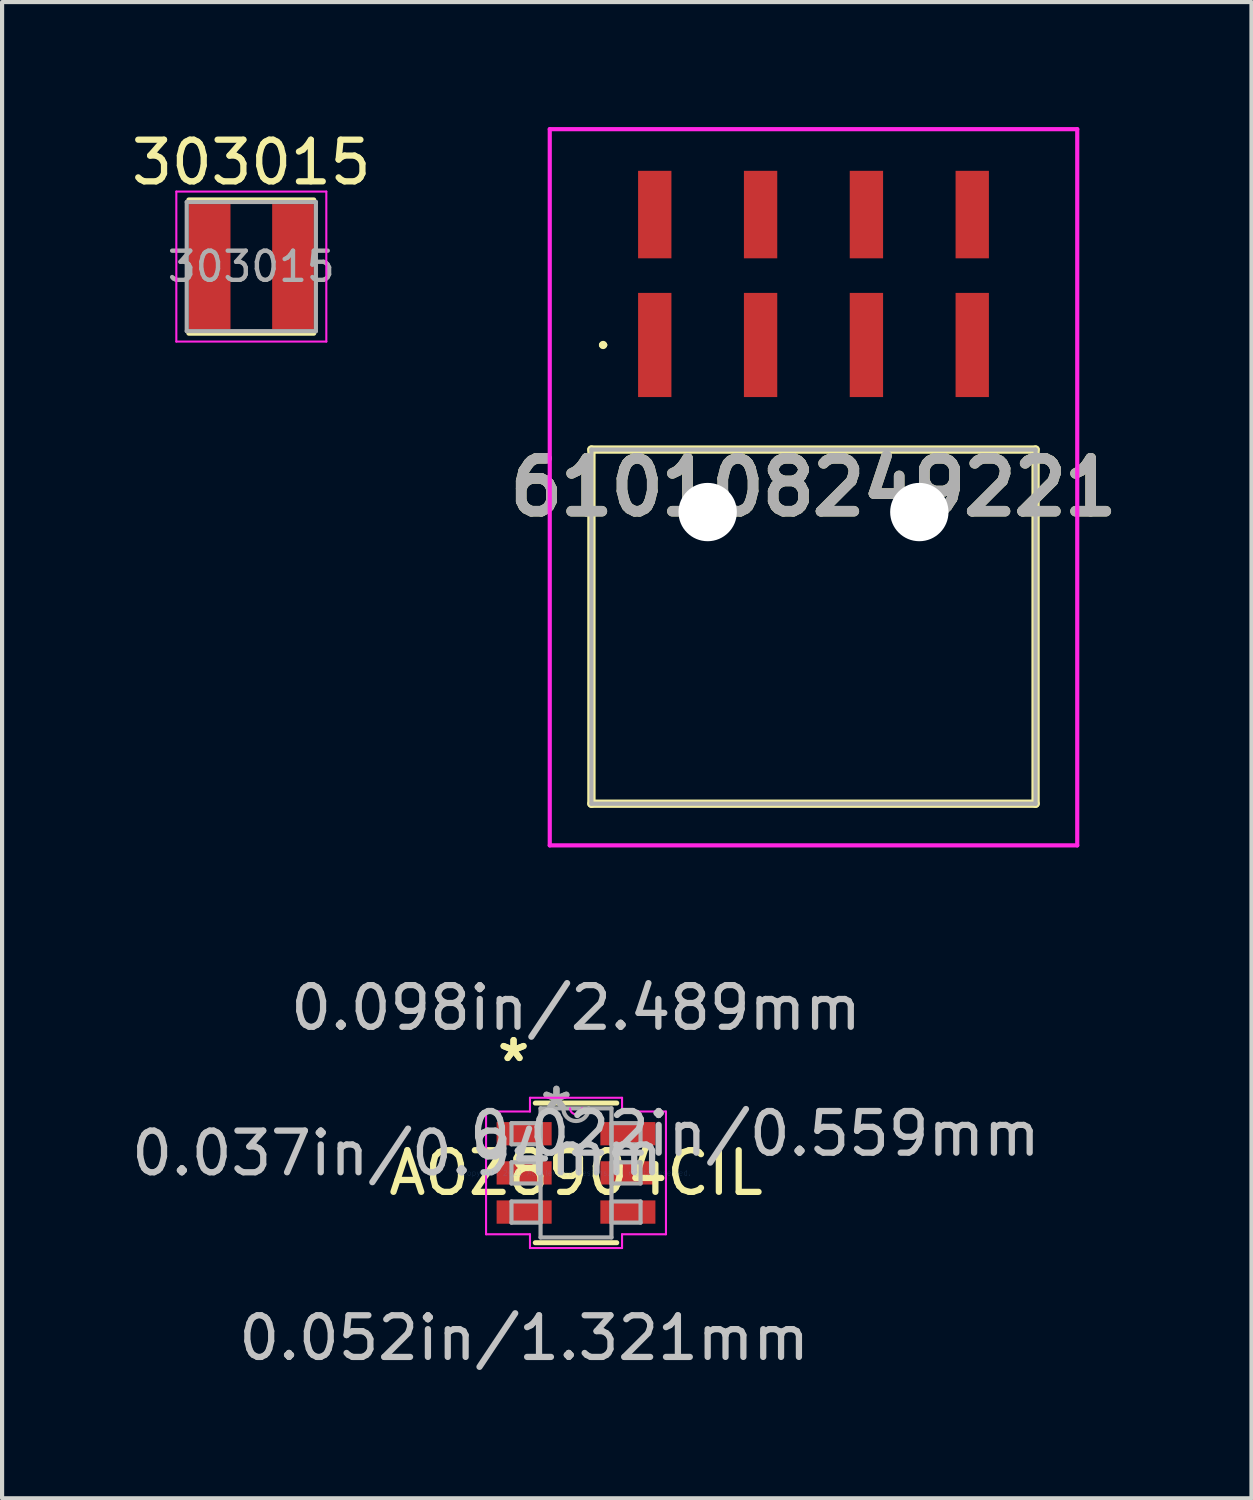
<source format=kicad_pcb>
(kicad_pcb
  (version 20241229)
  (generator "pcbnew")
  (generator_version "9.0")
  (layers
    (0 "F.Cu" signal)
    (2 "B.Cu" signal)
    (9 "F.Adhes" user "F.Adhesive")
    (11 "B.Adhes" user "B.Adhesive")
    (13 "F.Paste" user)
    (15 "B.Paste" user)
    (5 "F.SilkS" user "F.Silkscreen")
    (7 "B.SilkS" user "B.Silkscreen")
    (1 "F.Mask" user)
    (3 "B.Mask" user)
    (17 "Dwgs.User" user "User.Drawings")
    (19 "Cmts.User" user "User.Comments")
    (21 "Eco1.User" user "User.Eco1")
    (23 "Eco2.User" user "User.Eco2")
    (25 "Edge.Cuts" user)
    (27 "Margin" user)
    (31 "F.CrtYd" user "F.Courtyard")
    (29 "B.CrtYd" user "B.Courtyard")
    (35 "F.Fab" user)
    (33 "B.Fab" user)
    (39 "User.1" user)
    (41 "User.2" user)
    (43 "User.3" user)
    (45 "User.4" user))
  (footprint "303015"
    (layer "F.Cu")
    (at 2.982 3.348)
    (property "Reference" "303015" (at 0 -2.5 0) (layer "F.SilkS") (effects (font (size 1 1) (thickness 0.15))))
    (attr smd)
    (fp_line (start -1.5 -1.6) (end 1.5 -1.6) (stroke (width 0.12) (type solid)) (layer "F.SilkS"))
    (fp_line (start -1.5 1.6) (end 1.5 1.6) (stroke (width 0.12) (type solid)) (layer "F.SilkS"))
    (fp_line (start -1.8 -1.8) (end -1.8 1.8) (stroke (width 0.05) (type solid)) (layer "F.CrtYd"))
    (fp_line (start -1.8 1.8) (end 1.8 1.8) (stroke (width 0.05) (type solid)) (layer "F.CrtYd"))
    (fp_line (start 1.8 -1.8) (end -1.8 -1.8) (stroke (width 0.05) (type solid)) (layer "F.CrtYd"))
    (fp_line (start 1.8 1.8) (end 1.8 -1.8) (stroke (width 0.05) (type solid)) (layer "F.CrtYd"))
    (fp_line (start -1.55 -1.55) (end -1.55 1.55) (stroke (width 0.1) (type solid)) (layer "F.Fab"))
    (fp_line (start -1.55 1.55) (end 1.55 1.55) (stroke (width 0.1) (type solid)) (layer "F.Fab"))
    (fp_line (start 1.55 -1.55) (end -1.55 -1.55) (stroke (width 0.1) (type solid)) (layer "F.Fab"))
    (fp_line (start 1.55 1.55) (end 1.55 -1.55) (stroke (width 0.1) (type solid)) (layer "F.Fab"))
    (fp_text user "${REFERENCE}" (at 0 0 0) (layer "F.Fab") (effects (font (size 0.7 0.7) (thickness 0.105))))
    (pad "1" smd rect (at -1 0) (size 1 3) (layers "F.Cu" "F.Mask" "F.Paste"))
    (pad "2" smd rect (at 1 0) (size 1 3) (layers "F.Cu" "F.Mask" "F.Paste")))
  (footprint "AOZ8904CIL"
    (layer "F.Cu")
    (at 10.775 25.101)
    (property "Reference" "AOZ8904CIL" (at 0 0 0) (layer "F.SilkS") (effects (font (size 1 1) (thickness 0.15))))
    (attr through_hole)
    (fp_line (start -0.978 1.676) (end 0.978 1.676) (stroke (width 0.12) (type solid)) (layer "F.SilkS"))
    (fp_line (start 0.978 -1.676) (end -0.978 -1.676) (stroke (width 0.12) (type solid)) (layer "F.SilkS"))
    (fp_line (start -2.159 -1.473) (end -1.105 -1.473) (stroke (width 0.05) (type solid)) (layer "F.CrtYd"))
    (fp_line (start -2.159 1.473) (end -2.159 -1.473) (stroke (width 0.05) (type solid)) (layer "F.CrtYd"))
    (fp_line (start -1.105 -1.803) (end 1.105 -1.803) (stroke (width 0.05) (type solid)) (layer "F.CrtYd"))
    (fp_line (start -1.105 -1.473) (end -1.105 -1.803) (stroke (width 0.05) (type solid)) (layer "F.CrtYd"))
    (fp_line (start -1.105 1.473) (end -2.159 1.473) (stroke (width 0.05) (type solid)) (layer "F.CrtYd"))
    (fp_line (start -1.105 1.803) (end -1.105 1.473) (stroke (width 0.05) (type solid)) (layer "F.CrtYd"))
    (fp_line (start 1.105 -1.803) (end 1.105 -1.473) (stroke (width 0.05) (type solid)) (layer "F.CrtYd"))
    (fp_line (start 1.105 -1.473) (end 2.159 -1.473) (stroke (width 0.05) (type solid)) (layer "F.CrtYd"))
    (fp_line (start 1.105 1.473) (end 1.105 1.803) (stroke (width 0.05) (type solid)) (layer "F.CrtYd"))
    (fp_line (start 1.105 1.803) (end -1.105 1.803) (stroke (width 0.05) (type solid)) (layer "F.CrtYd"))
    (fp_line (start 2.159 -1.473) (end 2.159 1.473) (stroke (width 0.05) (type solid)) (layer "F.CrtYd"))
    (fp_line (start 2.159 1.473) (end 1.105 1.473) (stroke (width 0.05) (type solid)) (layer "F.CrtYd"))
    (fp_arc (start 0.141817 -1.5494) (mid 0 -1.407583) (end -0.141817 -1.5494) (stroke (width 0.05) (type solid)) (layer "F.CrtYd"))
    (fp_line (start -1.549 -1.194) (end -1.549 -0.686) (stroke (width 0.1) (type solid)) (layer "F.Fab"))
    (fp_line (start -1.549 -0.686) (end -0.851 -0.686) (stroke (width 0.1) (type solid)) (layer "F.Fab"))
    (fp_line (start -1.549 -0.254) (end -1.549 0.254) (stroke (width 0.1) (type solid)) (layer "F.Fab"))
    (fp_line (start -1.549 0.254) (end -0.851 0.254) (stroke (width 0.1) (type solid)) (layer "F.Fab"))
    (fp_line (start -1.549 0.686) (end -1.549 1.194) (stroke (width 0.1) (type solid)) (layer "F.Fab"))
    (fp_line (start -1.549 1.194) (end -0.851 1.194) (stroke (width 0.1) (type solid)) (layer "F.Fab"))
    (fp_line (start -0.851 -1.549) (end -0.851 1.549) (stroke (width 0.1) (type solid)) (layer "F.Fab"))
    (fp_line (start -0.851 -1.194) (end -1.549 -1.194) (stroke (width 0.1) (type solid)) (layer "F.Fab"))
    (fp_line (start -0.851 -0.686) (end -0.851 -1.194) (stroke (width 0.1) (type solid)) (layer "F.Fab"))
    (fp_line (start -0.851 -0.254) (end -1.549 -0.254) (stroke (width 0.1) (type solid)) (layer "F.Fab"))
    (fp_line (start -0.851 0.254) (end -0.851 -0.254) (stroke (width 0.1) (type solid)) (layer "F.Fab"))
    (fp_line (start -0.851 0.686) (end -1.549 0.686) (stroke (width 0.1) (type solid)) (layer "F.Fab"))
    (fp_line (start -0.851 1.194) (end -0.851 0.686) (stroke (width 0.1) (type solid)) (layer "F.Fab"))
    (fp_line (start -0.851 1.549) (end 0.851 1.549) (stroke (width 0.1) (type solid)) (layer "F.Fab"))
    (fp_line (start 0.851 -1.549) (end -0.851 -1.549) (stroke (width 0.1) (type solid)) (layer "F.Fab"))
    (fp_line (start 0.851 -1.194) (end 0.851 -0.686) (stroke (width 0.1) (type solid)) (layer "F.Fab"))
    (fp_line (start 0.851 -0.686) (end 1.549 -0.686) (stroke (width 0.1) (type solid)) (layer "F.Fab"))
    (fp_line (start 0.851 -0.254) (end 0.851 0.254) (stroke (width 0.1) (type solid)) (layer "F.Fab"))
    (fp_line (start 0.851 0.254) (end 1.549 0.254) (stroke (width 0.1) (type solid)) (layer "F.Fab"))
    (fp_line (start 0.851 0.686) (end 0.851 1.194) (stroke (width 0.1) (type solid)) (layer "F.Fab"))
    (fp_line (start 0.851 1.194) (end 1.549 1.194) (stroke (width 0.1) (type solid)) (layer "F.Fab"))
    (fp_line (start 0.851 1.549) (end 0.851 -1.549) (stroke (width 0.1) (type solid)) (layer "F.Fab"))
    (fp_line (start 1.549 -1.194) (end 0.851 -1.194) (stroke (width 0.1) (type solid)) (layer "F.Fab"))
    (fp_line (start 1.549 -0.686) (end 1.549 -1.194) (stroke (width 0.1) (type solid)) (layer "F.Fab"))
    (fp_line (start 1.549 -0.254) (end 0.851 -0.254) (stroke (width 0.1) (type solid)) (layer "F.Fab"))
    (fp_line (start 1.549 0.254) (end 1.549 -0.254) (stroke (width 0.1) (type solid)) (layer "F.Fab"))
    (fp_line (start 1.549 0.686) (end 0.851 0.686) (stroke (width 0.1) (type solid)) (layer "F.Fab"))
    (fp_line (start 1.549 1.194) (end 1.549 0.686) (stroke (width 0.1) (type solid)) (layer "F.Fab"))
    (fp_arc (start 0.3048 -1.5494) (mid 0 -1.2446) (end -0.3048 -1.5494) (stroke (width 0.1) (type solid)) (layer "F.Fab"))
    (fp_text user "*" (at -1.499 -2.642 0) (layer "F.SilkS") (effects (font (size 1 1) (thickness 0.15))))
    (fp_text user "*" (at -1.499 -2.642 0) (layer "F.SilkS") (effects (font (size 1 1) (thickness 0.15))))
    (fp_text user "0.098in/2.489mm" (at 0 -3.962 0) (layer "Dwgs.User") (effects (font (size 1 1) (thickness 0.15))))
    (fp_text user "0.052in/1.321mm" (at -1.245 3.962 0) (layer "Dwgs.User") (effects (font (size 1 1) (thickness 0.15))))
    (fp_text user "0.037in/0.94mm" (at -4.293 -0.47 0) (layer "Dwgs.User") (effects (font (size 1 1) (thickness 0.15))))
    (fp_text user "0.022in/0.559mm" (at 4.293 -0.94 0) (layer "Dwgs.User") (effects (font (size 1 1) (thickness 0.15))))
    (fp_text user "Copyright 2021 Accelerated Designs. All rights reserved." (at 0 0 0) (layer "Cmts.User") (effects (font (size 0.127 0.127) (thickness 0.002))))
    (fp_text user "*" (at -0.47 -1.473 0) (layer "F.Fab") (effects (font (size 1 1) (thickness 0.15))))
    (fp_text user "*" (at -0.47 -1.473 0) (layer "F.Fab") (effects (font (size 1 1) (thickness 0.15))))
    (pad "1" smd rect (at -1.245 -0.94) (size 1.321 0.559) (layers "F.Cu" "F.Mask" "F.Paste"))
    (pad "2" smd rect (at -1.245 0) (size 1.321 0.559) (layers "F.Cu" "F.Mask" "F.Paste"))
    (pad "3" smd rect (at -1.245 0.94) (size 1.321 0.559) (layers "F.Cu" "F.Mask" "F.Paste"))
    (pad "4" smd rect (at 1.245 0.94) (size 1.321 0.559) (layers "F.Cu" "F.Mask" "F.Paste"))
    (pad "5" smd rect (at 1.245 0) (size 1.321 0.559) (layers "F.Cu" "F.Mask" "F.Paste"))
    (pad "6" smd rect (at 1.245 -0.94) (size 1.321 0.559) (layers "F.Cu" "F.Mask" "F.Paste")))
  (footprint "610108249221"
    (layer "F.Cu")
    (at 16.475 9.17)
    (property "Reference" "610108249221" (at 0 -0.525 0) (layer "F.SilkS") (effects (font (size 1.27 1.27) (thickness 0.254))))
    (attr through_hole)
    (fp_line (start -5.33 -1.43) (end 5.33 -1.43) (stroke (width 0.2) (type solid)) (layer "F.SilkS"))
    (fp_line (start -5.33 7.07) (end -5.33 -1.43) (stroke (width 0.2) (type solid)) (layer "F.SilkS"))
    (fp_line (start -5.1 -3.94) (end -5.1 -3.94) (stroke (width 0.1) (type solid)) (layer "F.SilkS"))
    (fp_line (start -5 -3.94) (end -5 -3.94) (stroke (width 0.1) (type solid)) (layer "F.SilkS"))
    (fp_line (start 5.33 -1.43) (end 5.33 7.07) (stroke (width 0.2) (type solid)) (layer "F.SilkS"))
    (fp_line (start 5.33 7.07) (end -5.33 7.07) (stroke (width 0.2) (type solid)) (layer "F.SilkS"))
    (fp_arc (start -5.1 -3.94) (mid -5.05 -3.99) (end -5 -3.94) (stroke (width 0.1) (type solid)) (layer "F.SilkS"))
    (fp_arc (start -5 -3.94) (mid -5.05 -3.89) (end -5.1 -3.94) (stroke (width 0.1) (type solid)) (layer "F.SilkS"))
    (fp_line (start -6.33 -9.12) (end 6.33 -9.12) (stroke (width 0.1) (type solid)) (layer "F.CrtYd"))
    (fp_line (start -6.33 8.07) (end -6.33 -9.12) (stroke (width 0.1) (type solid)) (layer "F.CrtYd"))
    (fp_line (start 6.33 -9.12) (end 6.33 8.07) (stroke (width 0.1) (type solid)) (layer "F.CrtYd"))
    (fp_line (start 6.33 8.07) (end -6.33 8.07) (stroke (width 0.1) (type solid)) (layer "F.CrtYd"))
    (fp_line (start -5.33 -1.43) (end 5.33 -1.43) (stroke (width 0.1) (type solid)) (layer "F.Fab"))
    (fp_line (start -5.33 7.07) (end -5.33 -1.43) (stroke (width 0.1) (type solid)) (layer "F.Fab"))
    (fp_line (start 5.33 -1.43) (end 5.33 7.07) (stroke (width 0.1) (type solid)) (layer "F.Fab"))
    (fp_line (start 5.33 7.07) (end -5.33 7.07) (stroke (width 0.1) (type solid)) (layer "F.Fab"))
    (fp_text user "${REFERENCE}" (at 0 -0.525 0) (layer "F.Fab") (effects (font (size 1.27 1.27) (thickness 0.254))))
    (pad "" np_thru_hole circle (at -2.54 0.07) (size 1.4 1.4) (drill 1.4) (layers "*.Cu" "*.Mask"))
    (pad "" np_thru_hole circle (at 2.54 0.07) (size 1.4 1.4) (drill 1.4) (layers "*.Cu" "*.Mask"))
    (pad "1" smd rect (at -3.81 -3.94) (size 0.8 2.5) (layers "F.Cu" "F.Mask" "F.Paste"))
    (pad "2" smd rect (at -3.81 -7.07) (size 0.8 2.1) (layers "F.Cu" "F.Mask" "F.Paste"))
    (pad "3" smd rect (at -1.27 -3.94) (size 0.8 2.5) (layers "F.Cu" "F.Mask" "F.Paste"))
    (pad "4" smd rect (at -1.27 -7.07) (size 0.8 2.1) (layers "F.Cu" "F.Mask" "F.Paste"))
    (pad "5" smd rect (at 1.27 -3.94) (size 0.8 2.5) (layers "F.Cu" "F.Mask" "F.Paste"))
    (pad "6" smd rect (at 1.27 -7.07) (size 0.8 2.1) (layers "F.Cu" "F.Mask" "F.Paste"))
    (pad "7" smd rect (at 3.81 -3.94) (size 0.8 2.5) (layers "F.Cu" "F.Mask" "F.Paste"))
    (pad "8" smd rect (at 3.81 -7.07) (size 0.8 2.1) (layers "F.Cu" "F.Mask" "F.Paste")))
  (gr_rect
    (start -3 -3)
    (end 26.987 32.911)
    (stroke (width 0.1) (type default))
    (fill no)
    (layer "Edge.Cuts")))
</source>
